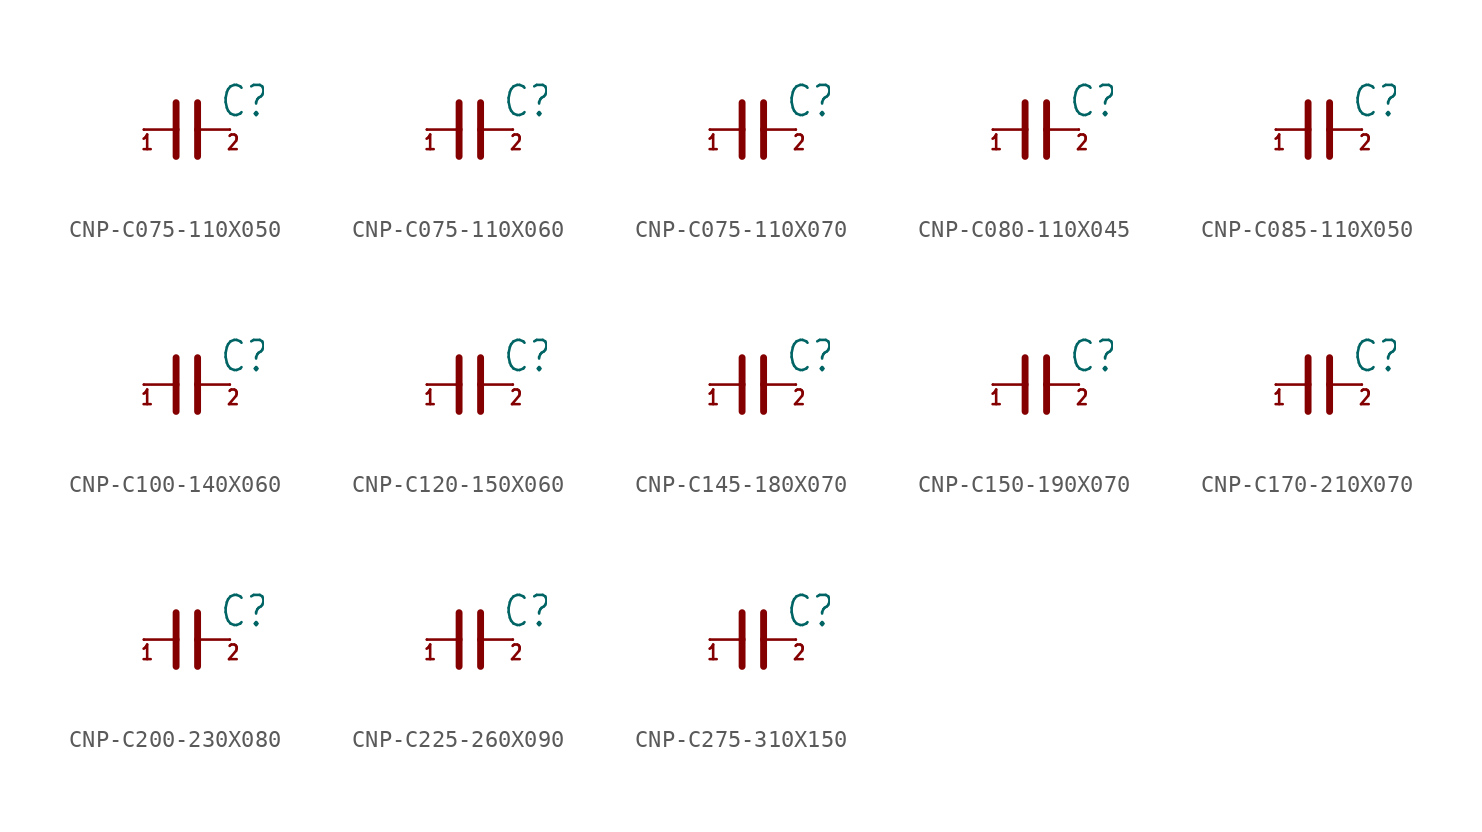
<source format=kicad_sym>
(kicad_symbol_lib
  (version 20220914)
  (generator kicad_symbol_editor)
  (symbol "CNP-C075-110X050"
    (property "Reference" "C"
      (at 1.905 0.635 0)
      (effects (font (size 1.778 1.511)) (justify left bottom)))
    (property "Value" ""
      (at -5.08 -4.128 0)
      (effects (font (size 1.778 1.511)) (justify left bottom)))
    (property "ki_locked" ""
      (at 0 0 0)
      (effects (font (size 1.27 1.27))))
    (symbol "CNP-C075-110X050_1_0"
      (polyline (pts (xy -2.54 0) (xy -0.635 0)) (stroke (width 0.152) (type solid)) (fill (type none)))
      (polyline (pts (xy -0.635 0) (xy -0.635 -1.587)) (stroke (width 0.406) (type solid)) (fill (type none)))
      (polyline (pts (xy -0.635 1.587) (xy -0.635 0)) (stroke (width 0.406) (type solid)) (fill (type none)))
      (polyline (pts (xy 0.635 0) (xy 0.635 -1.587)) (stroke (width 0.406) (type solid)) (fill (type none)))
      (polyline (pts (xy 0.635 1.587) (xy 0.635 0)) (stroke (width 0.406) (type solid)) (fill (type none)))
      (polyline (pts (xy 2.54 0) (xy 0.635 0)) (stroke (width 0.152) (type solid)) (fill (type none)))
      (text "1" (at -2.794 -1.27 0) (effects (font (size 0.864 0.734)) (justify left bottom)))
      (text "2" (at 2.286 -1.27 0) (effects (font (size 0.864 0.734)) (justify left bottom)))
      (pin passive line (at -2.54 0 0) (length 0) (name "1" (effects (font (size 0 0)))) (number "1" (effects (font (size 0 0)))))
      (pin passive line (at 2.54 0 180) (length 0) (name "2" (effects (font (size 0 0)))) (number "2" (effects (font (size 0 0)))))))
  (symbol "CNP-C075-110X060"
    (property "Reference" "C"
      (at 1.905 0.635 0)
      (effects (font (size 1.778 1.511)) (justify left bottom)))
    (property "Value" ""
      (at -5.08 -4.128 0)
      (effects (font (size 1.778 1.511)) (justify left bottom)))
    (property "ki_locked" ""
      (at 0 0 0)
      (effects (font (size 1.27 1.27))))
    (symbol "CNP-C075-110X060_1_0"
      (polyline (pts (xy -2.54 0) (xy -0.635 0)) (stroke (width 0.152) (type solid)) (fill (type none)))
      (polyline (pts (xy -0.635 0) (xy -0.635 -1.587)) (stroke (width 0.406) (type solid)) (fill (type none)))
      (polyline (pts (xy -0.635 1.587) (xy -0.635 0)) (stroke (width 0.406) (type solid)) (fill (type none)))
      (polyline (pts (xy 0.635 0) (xy 0.635 -1.587)) (stroke (width 0.406) (type solid)) (fill (type none)))
      (polyline (pts (xy 0.635 1.587) (xy 0.635 0)) (stroke (width 0.406) (type solid)) (fill (type none)))
      (polyline (pts (xy 2.54 0) (xy 0.635 0)) (stroke (width 0.152) (type solid)) (fill (type none)))
      (text "1" (at -2.794 -1.27 0) (effects (font (size 0.864 0.734)) (justify left bottom)))
      (text "2" (at 2.286 -1.27 0) (effects (font (size 0.864 0.734)) (justify left bottom)))
      (pin passive line (at -2.54 0 0) (length 0) (name "1" (effects (font (size 0 0)))) (number "1" (effects (font (size 0 0)))))
      (pin passive line (at 2.54 0 180) (length 0) (name "2" (effects (font (size 0 0)))) (number "2" (effects (font (size 0 0)))))))
  (symbol "CNP-C075-110X070"
    (property "Reference" "C"
      (at 1.905 0.635 0)
      (effects (font (size 1.778 1.511)) (justify left bottom)))
    (property "Value" ""
      (at -5.08 -4.128 0)
      (effects (font (size 1.778 1.511)) (justify left bottom)))
    (property "ki_locked" ""
      (at 0 0 0)
      (effects (font (size 1.27 1.27))))
    (symbol "CNP-C075-110X070_1_0"
      (polyline (pts (xy -2.54 0) (xy -0.635 0)) (stroke (width 0.152) (type solid)) (fill (type none)))
      (polyline (pts (xy -0.635 0) (xy -0.635 -1.587)) (stroke (width 0.406) (type solid)) (fill (type none)))
      (polyline (pts (xy -0.635 1.587) (xy -0.635 0)) (stroke (width 0.406) (type solid)) (fill (type none)))
      (polyline (pts (xy 0.635 0) (xy 0.635 -1.587)) (stroke (width 0.406) (type solid)) (fill (type none)))
      (polyline (pts (xy 0.635 1.587) (xy 0.635 0)) (stroke (width 0.406) (type solid)) (fill (type none)))
      (polyline (pts (xy 2.54 0) (xy 0.635 0)) (stroke (width 0.152) (type solid)) (fill (type none)))
      (text "1" (at -2.794 -1.27 0) (effects (font (size 0.864 0.734)) (justify left bottom)))
      (text "2" (at 2.286 -1.27 0) (effects (font (size 0.864 0.734)) (justify left bottom)))
      (pin passive line (at -2.54 0 0) (length 0) (name "1" (effects (font (size 0 0)))) (number "1" (effects (font (size 0 0)))))
      (pin passive line (at 2.54 0 180) (length 0) (name "2" (effects (font (size 0 0)))) (number "2" (effects (font (size 0 0)))))))
  (symbol "CNP-C080-110X045"
    (property "Reference" "C"
      (at 1.905 0.635 0)
      (effects (font (size 1.778 1.511)) (justify left bottom)))
    (property "Value" ""
      (at -5.08 -4.128 0)
      (effects (font (size 1.778 1.511)) (justify left bottom)))
    (property "ki_locked" ""
      (at 0 0 0)
      (effects (font (size 1.27 1.27))))
    (symbol "CNP-C080-110X045_1_0"
      (polyline (pts (xy -2.54 0) (xy -0.635 0)) (stroke (width 0.152) (type solid)) (fill (type none)))
      (polyline (pts (xy -0.635 0) (xy -0.635 -1.587)) (stroke (width 0.406) (type solid)) (fill (type none)))
      (polyline (pts (xy -0.635 1.587) (xy -0.635 0)) (stroke (width 0.406) (type solid)) (fill (type none)))
      (polyline (pts (xy 0.635 0) (xy 0.635 -1.587)) (stroke (width 0.406) (type solid)) (fill (type none)))
      (polyline (pts (xy 0.635 1.587) (xy 0.635 0)) (stroke (width 0.406) (type solid)) (fill (type none)))
      (polyline (pts (xy 2.54 0) (xy 0.635 0)) (stroke (width 0.152) (type solid)) (fill (type none)))
      (text "1" (at -2.794 -1.27 0) (effects (font (size 0.864 0.734)) (justify left bottom)))
      (text "2" (at 2.286 -1.27 0) (effects (font (size 0.864 0.734)) (justify left bottom)))
      (pin passive line (at -2.54 0 0) (length 0) (name "1" (effects (font (size 0 0)))) (number "1" (effects (font (size 0 0)))))
      (pin passive line (at 2.54 0 180) (length 0) (name "2" (effects (font (size 0 0)))) (number "2" (effects (font (size 0 0)))))))
  (symbol "CNP-C085-110X050"
    (property "Reference" "C"
      (at 1.905 0.635 0)
      (effects (font (size 1.778 1.511)) (justify left bottom)))
    (property "Value" ""
      (at -5.08 -4.128 0)
      (effects (font (size 1.778 1.511)) (justify left bottom)))
    (property "ki_locked" ""
      (at 0 0 0)
      (effects (font (size 1.27 1.27))))
    (symbol "CNP-C085-110X050_1_0"
      (polyline (pts (xy -2.54 0) (xy -0.635 0)) (stroke (width 0.152) (type solid)) (fill (type none)))
      (polyline (pts (xy -0.635 0) (xy -0.635 -1.587)) (stroke (width 0.406) (type solid)) (fill (type none)))
      (polyline (pts (xy -0.635 1.587) (xy -0.635 0)) (stroke (width 0.406) (type solid)) (fill (type none)))
      (polyline (pts (xy 0.635 0) (xy 0.635 -1.587)) (stroke (width 0.406) (type solid)) (fill (type none)))
      (polyline (pts (xy 0.635 1.587) (xy 0.635 0)) (stroke (width 0.406) (type solid)) (fill (type none)))
      (polyline (pts (xy 2.54 0) (xy 0.635 0)) (stroke (width 0.152) (type solid)) (fill (type none)))
      (text "1" (at -2.794 -1.27 0) (effects (font (size 0.864 0.734)) (justify left bottom)))
      (text "2" (at 2.286 -1.27 0) (effects (font (size 0.864 0.734)) (justify left bottom)))
      (pin passive line (at -2.54 0 0) (length 0) (name "1" (effects (font (size 0 0)))) (number "1" (effects (font (size 0 0)))))
      (pin passive line (at 2.54 0 180) (length 0) (name "2" (effects (font (size 0 0)))) (number "2" (effects (font (size 0 0)))))))
  (symbol "CNP-C100-140X060"
    (property "Reference" "C"
      (at 1.905 0.635 0)
      (effects (font (size 1.778 1.511)) (justify left bottom)))
    (property "Value" ""
      (at -5.08 -4.128 0)
      (effects (font (size 1.778 1.511)) (justify left bottom)))
    (property "ki_locked" ""
      (at 0 0 0)
      (effects (font (size 1.27 1.27))))
    (symbol "CNP-C100-140X060_1_0"
      (polyline (pts (xy -2.54 0) (xy -0.635 0)) (stroke (width 0.152) (type solid)) (fill (type none)))
      (polyline (pts (xy -0.635 0) (xy -0.635 -1.587)) (stroke (width 0.406) (type solid)) (fill (type none)))
      (polyline (pts (xy -0.635 1.587) (xy -0.635 0)) (stroke (width 0.406) (type solid)) (fill (type none)))
      (polyline (pts (xy 0.635 0) (xy 0.635 -1.587)) (stroke (width 0.406) (type solid)) (fill (type none)))
      (polyline (pts (xy 0.635 1.587) (xy 0.635 0)) (stroke (width 0.406) (type solid)) (fill (type none)))
      (polyline (pts (xy 2.54 0) (xy 0.635 0)) (stroke (width 0.152) (type solid)) (fill (type none)))
      (text "1" (at -2.794 -1.27 0) (effects (font (size 0.864 0.734)) (justify left bottom)))
      (text "2" (at 2.286 -1.27 0) (effects (font (size 0.864 0.734)) (justify left bottom)))
      (pin passive line (at -2.54 0 0) (length 0) (name "1" (effects (font (size 0 0)))) (number "1" (effects (font (size 0 0)))))
      (pin passive line (at 2.54 0 180) (length 0) (name "2" (effects (font (size 0 0)))) (number "2" (effects (font (size 0 0)))))))
  (symbol "CNP-C120-150X060"
    (property "Reference" "C"
      (at 1.905 0.635 0)
      (effects (font (size 1.778 1.511)) (justify left bottom)))
    (property "Value" ""
      (at -5.08 -4.128 0)
      (effects (font (size 1.778 1.511)) (justify left bottom)))
    (property "ki_locked" ""
      (at 0 0 0)
      (effects (font (size 1.27 1.27))))
    (symbol "CNP-C120-150X060_1_0"
      (polyline (pts (xy -2.54 0) (xy -0.635 0)) (stroke (width 0.152) (type solid)) (fill (type none)))
      (polyline (pts (xy -0.635 0) (xy -0.635 -1.587)) (stroke (width 0.406) (type solid)) (fill (type none)))
      (polyline (pts (xy -0.635 1.587) (xy -0.635 0)) (stroke (width 0.406) (type solid)) (fill (type none)))
      (polyline (pts (xy 0.635 0) (xy 0.635 -1.587)) (stroke (width 0.406) (type solid)) (fill (type none)))
      (polyline (pts (xy 0.635 1.587) (xy 0.635 0)) (stroke (width 0.406) (type solid)) (fill (type none)))
      (polyline (pts (xy 2.54 0) (xy 0.635 0)) (stroke (width 0.152) (type solid)) (fill (type none)))
      (text "1" (at -2.794 -1.27 0) (effects (font (size 0.864 0.734)) (justify left bottom)))
      (text "2" (at 2.286 -1.27 0) (effects (font (size 0.864 0.734)) (justify left bottom)))
      (pin passive line (at -2.54 0 0) (length 0) (name "1" (effects (font (size 0 0)))) (number "1" (effects (font (size 0 0)))))
      (pin passive line (at 2.54 0 180) (length 0) (name "2" (effects (font (size 0 0)))) (number "2" (effects (font (size 0 0)))))))
  (symbol "CNP-C145-180X070"
    (property "Reference" "C"
      (at 1.905 0.635 0)
      (effects (font (size 1.778 1.511)) (justify left bottom)))
    (property "Value" ""
      (at -5.08 -4.128 0)
      (effects (font (size 1.778 1.511)) (justify left bottom)))
    (property "ki_locked" ""
      (at 0 0 0)
      (effects (font (size 1.27 1.27))))
    (symbol "CNP-C145-180X070_1_0"
      (polyline (pts (xy -2.54 0) (xy -0.635 0)) (stroke (width 0.152) (type solid)) (fill (type none)))
      (polyline (pts (xy -0.635 0) (xy -0.635 -1.587)) (stroke (width 0.406) (type solid)) (fill (type none)))
      (polyline (pts (xy -0.635 1.587) (xy -0.635 0)) (stroke (width 0.406) (type solid)) (fill (type none)))
      (polyline (pts (xy 0.635 0) (xy 0.635 -1.587)) (stroke (width 0.406) (type solid)) (fill (type none)))
      (polyline (pts (xy 0.635 1.587) (xy 0.635 0)) (stroke (width 0.406) (type solid)) (fill (type none)))
      (polyline (pts (xy 2.54 0) (xy 0.635 0)) (stroke (width 0.152) (type solid)) (fill (type none)))
      (text "1" (at -2.794 -1.27 0) (effects (font (size 0.864 0.734)) (justify left bottom)))
      (text "2" (at 2.286 -1.27 0) (effects (font (size 0.864 0.734)) (justify left bottom)))
      (pin passive line (at -2.54 0 0) (length 0) (name "1" (effects (font (size 0 0)))) (number "1" (effects (font (size 0 0)))))
      (pin passive line (at 2.54 0 180) (length 0) (name "2" (effects (font (size 0 0)))) (number "2" (effects (font (size 0 0)))))))
  (symbol "CNP-C150-190X070"
    (property "Reference" "C"
      (at 1.905 0.635 0)
      (effects (font (size 1.778 1.511)) (justify left bottom)))
    (property "Value" ""
      (at -5.08 -4.128 0)
      (effects (font (size 1.778 1.511)) (justify left bottom)))
    (property "ki_locked" ""
      (at 0 0 0)
      (effects (font (size 1.27 1.27))))
    (symbol "CNP-C150-190X070_1_0"
      (polyline (pts (xy -2.54 0) (xy -0.635 0)) (stroke (width 0.152) (type solid)) (fill (type none)))
      (polyline (pts (xy -0.635 0) (xy -0.635 -1.587)) (stroke (width 0.406) (type solid)) (fill (type none)))
      (polyline (pts (xy -0.635 1.587) (xy -0.635 0)) (stroke (width 0.406) (type solid)) (fill (type none)))
      (polyline (pts (xy 0.635 0) (xy 0.635 -1.587)) (stroke (width 0.406) (type solid)) (fill (type none)))
      (polyline (pts (xy 0.635 1.587) (xy 0.635 0)) (stroke (width 0.406) (type solid)) (fill (type none)))
      (polyline (pts (xy 2.54 0) (xy 0.635 0)) (stroke (width 0.152) (type solid)) (fill (type none)))
      (text "1" (at -2.794 -1.27 0) (effects (font (size 0.864 0.734)) (justify left bottom)))
      (text "2" (at 2.286 -1.27 0) (effects (font (size 0.864 0.734)) (justify left bottom)))
      (pin passive line (at -2.54 0 0) (length 0) (name "1" (effects (font (size 0 0)))) (number "1" (effects (font (size 0 0)))))
      (pin passive line (at 2.54 0 180) (length 0) (name "2" (effects (font (size 0 0)))) (number "2" (effects (font (size 0 0)))))))
  (symbol "CNP-C170-210X070"
    (property "Reference" "C"
      (at 1.905 0.635 0)
      (effects (font (size 1.778 1.511)) (justify left bottom)))
    (property "Value" ""
      (at -5.08 -4.128 0)
      (effects (font (size 1.778 1.511)) (justify left bottom)))
    (property "ki_locked" ""
      (at 0 0 0)
      (effects (font (size 1.27 1.27))))
    (symbol "CNP-C170-210X070_1_0"
      (polyline (pts (xy -2.54 0) (xy -0.635 0)) (stroke (width 0.152) (type solid)) (fill (type none)))
      (polyline (pts (xy -0.635 0) (xy -0.635 -1.587)) (stroke (width 0.406) (type solid)) (fill (type none)))
      (polyline (pts (xy -0.635 1.587) (xy -0.635 0)) (stroke (width 0.406) (type solid)) (fill (type none)))
      (polyline (pts (xy 0.635 0) (xy 0.635 -1.587)) (stroke (width 0.406) (type solid)) (fill (type none)))
      (polyline (pts (xy 0.635 1.587) (xy 0.635 0)) (stroke (width 0.406) (type solid)) (fill (type none)))
      (polyline (pts (xy 2.54 0) (xy 0.635 0)) (stroke (width 0.152) (type solid)) (fill (type none)))
      (text "1" (at -2.794 -1.27 0) (effects (font (size 0.864 0.734)) (justify left bottom)))
      (text "2" (at 2.286 -1.27 0) (effects (font (size 0.864 0.734)) (justify left bottom)))
      (pin passive line (at -2.54 0 0) (length 0) (name "1" (effects (font (size 0 0)))) (number "1" (effects (font (size 0 0)))))
      (pin passive line (at 2.54 0 180) (length 0) (name "2" (effects (font (size 0 0)))) (number "2" (effects (font (size 0 0)))))))
  (symbol "CNP-C200-230X080"
    (property "Reference" "C"
      (at 1.905 0.635 0)
      (effects (font (size 1.778 1.511)) (justify left bottom)))
    (property "Value" ""
      (at -5.08 -4.128 0)
      (effects (font (size 1.778 1.511)) (justify left bottom)))
    (property "ki_locked" ""
      (at 0 0 0)
      (effects (font (size 1.27 1.27))))
    (symbol "CNP-C200-230X080_1_0"
      (polyline (pts (xy -2.54 0) (xy -0.635 0)) (stroke (width 0.152) (type solid)) (fill (type none)))
      (polyline (pts (xy -0.635 0) (xy -0.635 -1.587)) (stroke (width 0.406) (type solid)) (fill (type none)))
      (polyline (pts (xy -0.635 1.587) (xy -0.635 0)) (stroke (width 0.406) (type solid)) (fill (type none)))
      (polyline (pts (xy 0.635 0) (xy 0.635 -1.587)) (stroke (width 0.406) (type solid)) (fill (type none)))
      (polyline (pts (xy 0.635 1.587) (xy 0.635 0)) (stroke (width 0.406) (type solid)) (fill (type none)))
      (polyline (pts (xy 2.54 0) (xy 0.635 0)) (stroke (width 0.152) (type solid)) (fill (type none)))
      (text "1" (at -2.794 -1.27 0) (effects (font (size 0.864 0.734)) (justify left bottom)))
      (text "2" (at 2.286 -1.27 0) (effects (font (size 0.864 0.734)) (justify left bottom)))
      (pin passive line (at -2.54 0 0) (length 0) (name "1" (effects (font (size 0 0)))) (number "1" (effects (font (size 0 0)))))
      (pin passive line (at 2.54 0 180) (length 0) (name "2" (effects (font (size 0 0)))) (number "2" (effects (font (size 0 0)))))))
  (symbol "CNP-C225-260X090"
    (property "Reference" "C"
      (at 1.905 0.635 0)
      (effects (font (size 1.778 1.511)) (justify left bottom)))
    (property "Value" ""
      (at -5.08 -4.128 0)
      (effects (font (size 1.778 1.511)) (justify left bottom)))
    (property "ki_locked" ""
      (at 0 0 0)
      (effects (font (size 1.27 1.27))))
    (symbol "CNP-C225-260X090_1_0"
      (polyline (pts (xy -2.54 0) (xy -0.635 0)) (stroke (width 0.152) (type solid)) (fill (type none)))
      (polyline (pts (xy -0.635 0) (xy -0.635 -1.587)) (stroke (width 0.406) (type solid)) (fill (type none)))
      (polyline (pts (xy -0.635 1.587) (xy -0.635 0)) (stroke (width 0.406) (type solid)) (fill (type none)))
      (polyline (pts (xy 0.635 0) (xy 0.635 -1.587)) (stroke (width 0.406) (type solid)) (fill (type none)))
      (polyline (pts (xy 0.635 1.587) (xy 0.635 0)) (stroke (width 0.406) (type solid)) (fill (type none)))
      (polyline (pts (xy 2.54 0) (xy 0.635 0)) (stroke (width 0.152) (type solid)) (fill (type none)))
      (text "1" (at -2.794 -1.27 0) (effects (font (size 0.864 0.734)) (justify left bottom)))
      (text "2" (at 2.286 -1.27 0) (effects (font (size 0.864 0.734)) (justify left bottom)))
      (pin passive line (at -2.54 0 0) (length 0) (name "1" (effects (font (size 0 0)))) (number "1" (effects (font (size 0 0)))))
      (pin passive line (at 2.54 0 180) (length 0) (name "2" (effects (font (size 0 0)))) (number "2" (effects (font (size 0 0)))))))
  (symbol "CNP-C275-310X150"
    (property "Reference" "C"
      (at 1.905 0.635 0)
      (effects (font (size 1.778 1.511)) (justify left bottom)))
    (property "Value" ""
      (at -5.08 -4.128 0)
      (effects (font (size 1.778 1.511)) (justify left bottom)))
    (property "ki_locked" ""
      (at 0 0 0)
      (effects (font (size 1.27 1.27))))
    (symbol "CNP-C275-310X150_1_0"
      (polyline (pts (xy -2.54 0) (xy -0.635 0)) (stroke (width 0.152) (type solid)) (fill (type none)))
      (polyline (pts (xy -0.635 0) (xy -0.635 -1.587)) (stroke (width 0.406) (type solid)) (fill (type none)))
      (polyline (pts (xy -0.635 1.587) (xy -0.635 0)) (stroke (width 0.406) (type solid)) (fill (type none)))
      (polyline (pts (xy 0.635 0) (xy 0.635 -1.587)) (stroke (width 0.406) (type solid)) (fill (type none)))
      (polyline (pts (xy 0.635 1.587) (xy 0.635 0)) (stroke (width 0.406) (type solid)) (fill (type none)))
      (polyline (pts (xy 2.54 0) (xy 0.635 0)) (stroke (width 0.152) (type solid)) (fill (type none)))
      (text "1" (at -2.794 -1.27 0) (effects (font (size 0.864 0.734)) (justify left bottom)))
      (text "2" (at 2.286 -1.27 0) (effects (font (size 0.864 0.734)) (justify left bottom)))
      (pin passive line (at -2.54 0 0) (length 0) (name "1" (effects (font (size 0 0)))) (number "1" (effects (font (size 0 0)))))
      (pin passive line (at 2.54 0 180) (length 0) (name "2" (effects (font (size 0 0)))) (number "2" (effects (font (size 0 0))))))))
</source>
